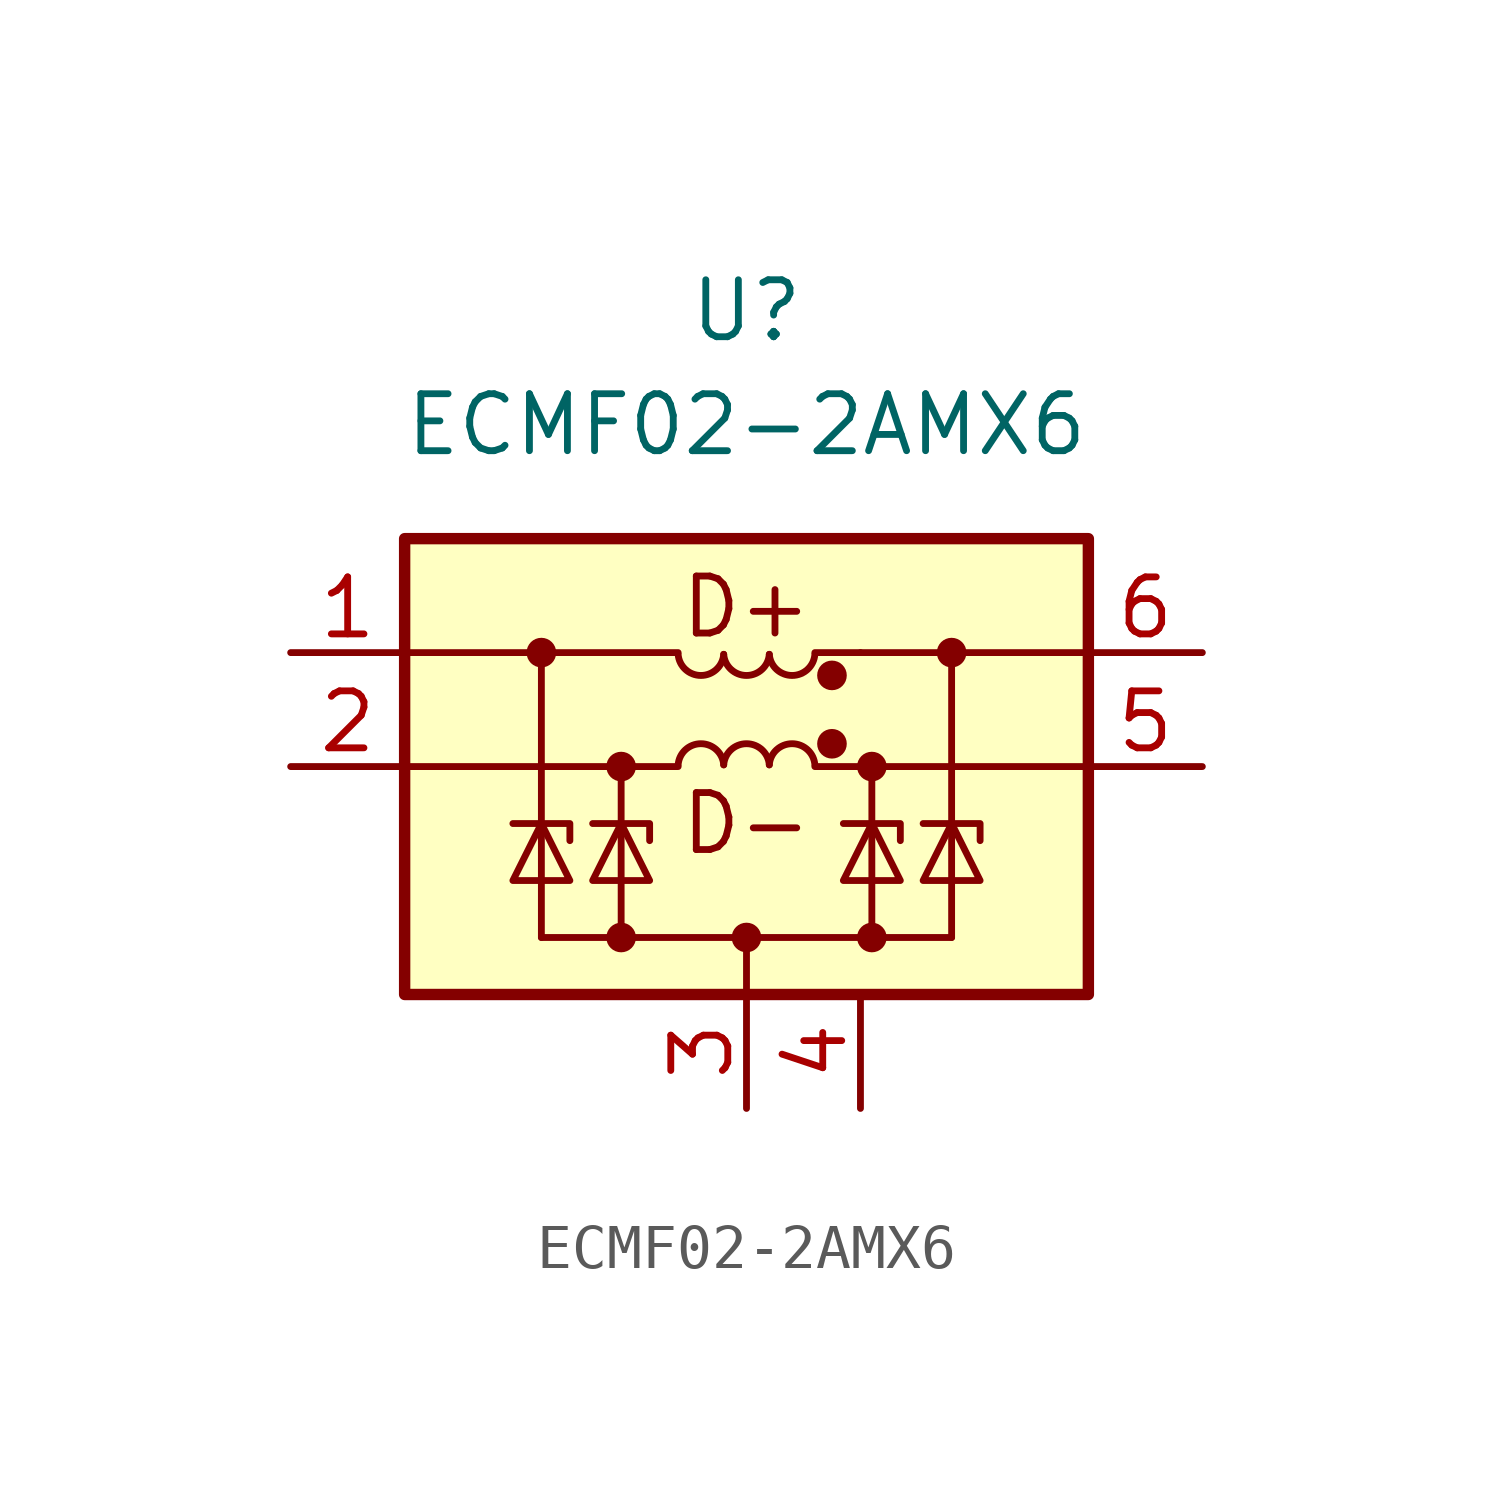
<source format=kicad_sym>
(kicad_symbol_lib
  (version 20220914)
  (generator kicad_symbol_editor)
  (symbol "ECMF02-2AMX6"
    (pin_names
      (offset 0.025) hide)
    (property "Reference" "U"
      (at 0 10.16 0)
      (effects (font (size 1.27 1.27))))
    (property "Value" "ECMF02-2AMX6"
      (at 0 7.62 0)
      (effects (font (size 1.27 1.27))))
    (symbol "ECMF02-2AMX6_0_1"
      (rectangle (start -7.62 5.08) (end 7.62 -5.08) (stroke (width 0.254) (type default)) (fill (type background)))
      (arc (start -1.524 2.5023) (mid -1.016 2.0306) (end -0.508 2.5023) (stroke (width 0) (type default)) (fill (type none)))
      (arc (start -0.508 0.0377) (mid -1.016 0.5094) (end -1.524 0.0377) (stroke (width 0) (type default)) (fill (type none)))
      (arc (start -0.508 2.5023) (mid 0 2.0306) (end 0.508 2.5023) (stroke (width 0) (type default)) (fill (type none)))
      (polyline (pts (xy -7.62 0) (xy -1.524 0)) (stroke (width 0) (type default)) (fill (type none)))
      (polyline (pts (xy -7.62 2.54) (xy -1.524 2.54)) (stroke (width 0) (type default)) (fill (type none)))
      (polyline (pts (xy -4.572 -3.81) (xy 4.572 -3.81)) (stroke (width 0) (type default)) (fill (type none)))
      (polyline (pts (xy -4.572 2.54) (xy -4.572 -3.81)) (stroke (width 0) (type default)) (fill (type none)))
      (polyline (pts (xy -2.794 0) (xy -2.794 -3.81)) (stroke (width 0) (type default)) (fill (type none)))
      (polyline (pts (xy 0 -5.08) (xy 0 -3.81)) (stroke (width 0) (type default)) (fill (type none)))
      (polyline (pts (xy 2.54 0) (xy 1.524 0)) (stroke (width 0) (type default)) (fill (type none)))
      (polyline (pts (xy 2.54 0) (xy 7.62 0)) (stroke (width 0) (type default)) (fill (type none)))
      (polyline (pts (xy 2.54 2.54) (xy 1.524 2.54)) (stroke (width 0) (type default)) (fill (type none)))
      (polyline (pts (xy 2.54 2.54) (xy 7.62 2.54)) (stroke (width 0) (type default)) (fill (type none)))
      (polyline (pts (xy 2.794 0) (xy 2.794 -3.81)) (stroke (width 0) (type default)) (fill (type none)))
      (polyline (pts (xy 4.572 2.54) (xy 4.572 -3.81)) (stroke (width 0) (type default)) (fill (type none)))
      (arc (start 0.508 0.0377) (mid 0 0.5094) (end -0.508 0.0377) (stroke (width 0) (type default)) (fill (type none)))
      (arc (start 0.508 2.5023) (mid 1.016 2.0306) (end 1.524 2.5023) (stroke (width 0) (type default)) (fill (type none)))
      (arc (start 1.524 0.0377) (mid 1.016 0.5094) (end 0.508 0.0377) (stroke (width 0) (type default)) (fill (type none)))
      (text "D+" (at 0 3.556 0) (effects (font (size 1.27 1.27))))
      (text "D-" (at 0 -1.27 0) (effects (font (size 1.27 1.27)))))
    (symbol "ECMF02-2AMX6_1_1"
      (circle (center -4.572 2.54) (radius 0.254) (stroke (width 0) (type default)) (fill (type outline)))
      (circle (center -2.794 -3.81) (radius 0.254) (stroke (width 0) (type default)) (fill (type outline)))
      (circle (center -2.794 0) (radius 0.254) (stroke (width 0) (type default)) (fill (type outline)))
      (circle (center 0 -3.81) (radius 0.254) (stroke (width 0) (type default)) (fill (type outline)))
      (polyline (pts (xy -3.937 -1.651) (xy -3.937 -1.27) (xy -5.207 -1.27)) (stroke (width 0) (type default)) (fill (type none)))
      (polyline (pts (xy -2.159 -1.651) (xy -2.159 -1.27) (xy -3.429 -1.27)) (stroke (width 0) (type default)) (fill (type none)))
      (polyline (pts (xy 3.429 -1.651) (xy 3.429 -1.27) (xy 2.159 -1.27)) (stroke (width 0) (type default)) (fill (type none)))
      (polyline (pts (xy 5.207 -1.651) (xy 5.207 -1.27) (xy 3.937 -1.27)) (stroke (width 0) (type default)) (fill (type none)))
      (polyline (pts (xy -5.207 -2.54) (xy -3.937 -2.54) (xy -4.572 -1.27) (xy -5.207 -2.54)) (stroke (width 0) (type default)) (fill (type none)))
      (polyline (pts (xy -3.429 -2.54) (xy -2.159 -2.54) (xy -2.794 -1.27) (xy -3.429 -2.54)) (stroke (width 0) (type default)) (fill (type none)))
      (polyline (pts (xy 3.429 -2.54) (xy 2.159 -2.54) (xy 2.794 -1.27) (xy 3.429 -2.54)) (stroke (width 0) (type default)) (fill (type none)))
      (polyline (pts (xy 5.207 -2.54) (xy 3.937 -2.54) (xy 4.572 -1.27) (xy 5.207 -2.54)) (stroke (width 0) (type default)) (fill (type none)))
      (circle (center 1.905 0.508) (radius 0.254) (stroke (width 0) (type default)) (fill (type outline)))
      (circle (center 1.905 2.032) (radius 0.254) (stroke (width 0) (type default)) (fill (type outline)))
      (circle (center 2.794 -3.81) (radius 0.254) (stroke (width 0) (type default)) (fill (type outline)))
      (circle (center 2.794 0) (radius 0.254) (stroke (width 0) (type default)) (fill (type outline)))
      (circle (center 4.572 2.54) (radius 0.254) (stroke (width 0) (type default)) (fill (type outline)))
      (pin passive line (at -10.16 2.54 0) (length 2.54) (name "D+_in" (effects (font (size 1.27 1.27)))) (number "1" (effects (font (size 1.27 1.27)))))
      (pin passive line (at -10.16 0 0) (length 2.54) (name "D-_in" (effects (font (size 1.27 1.27)))) (number "2" (effects (font (size 1.27 1.27)))))
      (pin power_in line (at 0 -7.62 90) (length 2.54) (name "GND" (effects (font (size 1.27 1.27)))) (number "3" (effects (font (size 1.27 1.27)))))
      (pin free line (at 2.54 -7.62 90) (length 2.54) (name "NC" (effects (font (size 1.27 1.27)))) (number "4" (effects (font (size 1.27 1.27)))))
      (pin passive line (at 10.16 0 180) (length 2.54) (name "D-_out" (effects (font (size 1.27 1.27)))) (number "5" (effects (font (size 1.27 1.27)))))
      (pin passive line (at 10.16 2.54 180) (length 2.54) (name "D+_out" (effects (font (size 1.27 1.27)))) (number "6" (effects (font (size 1.27 1.27))))))))
</source>
